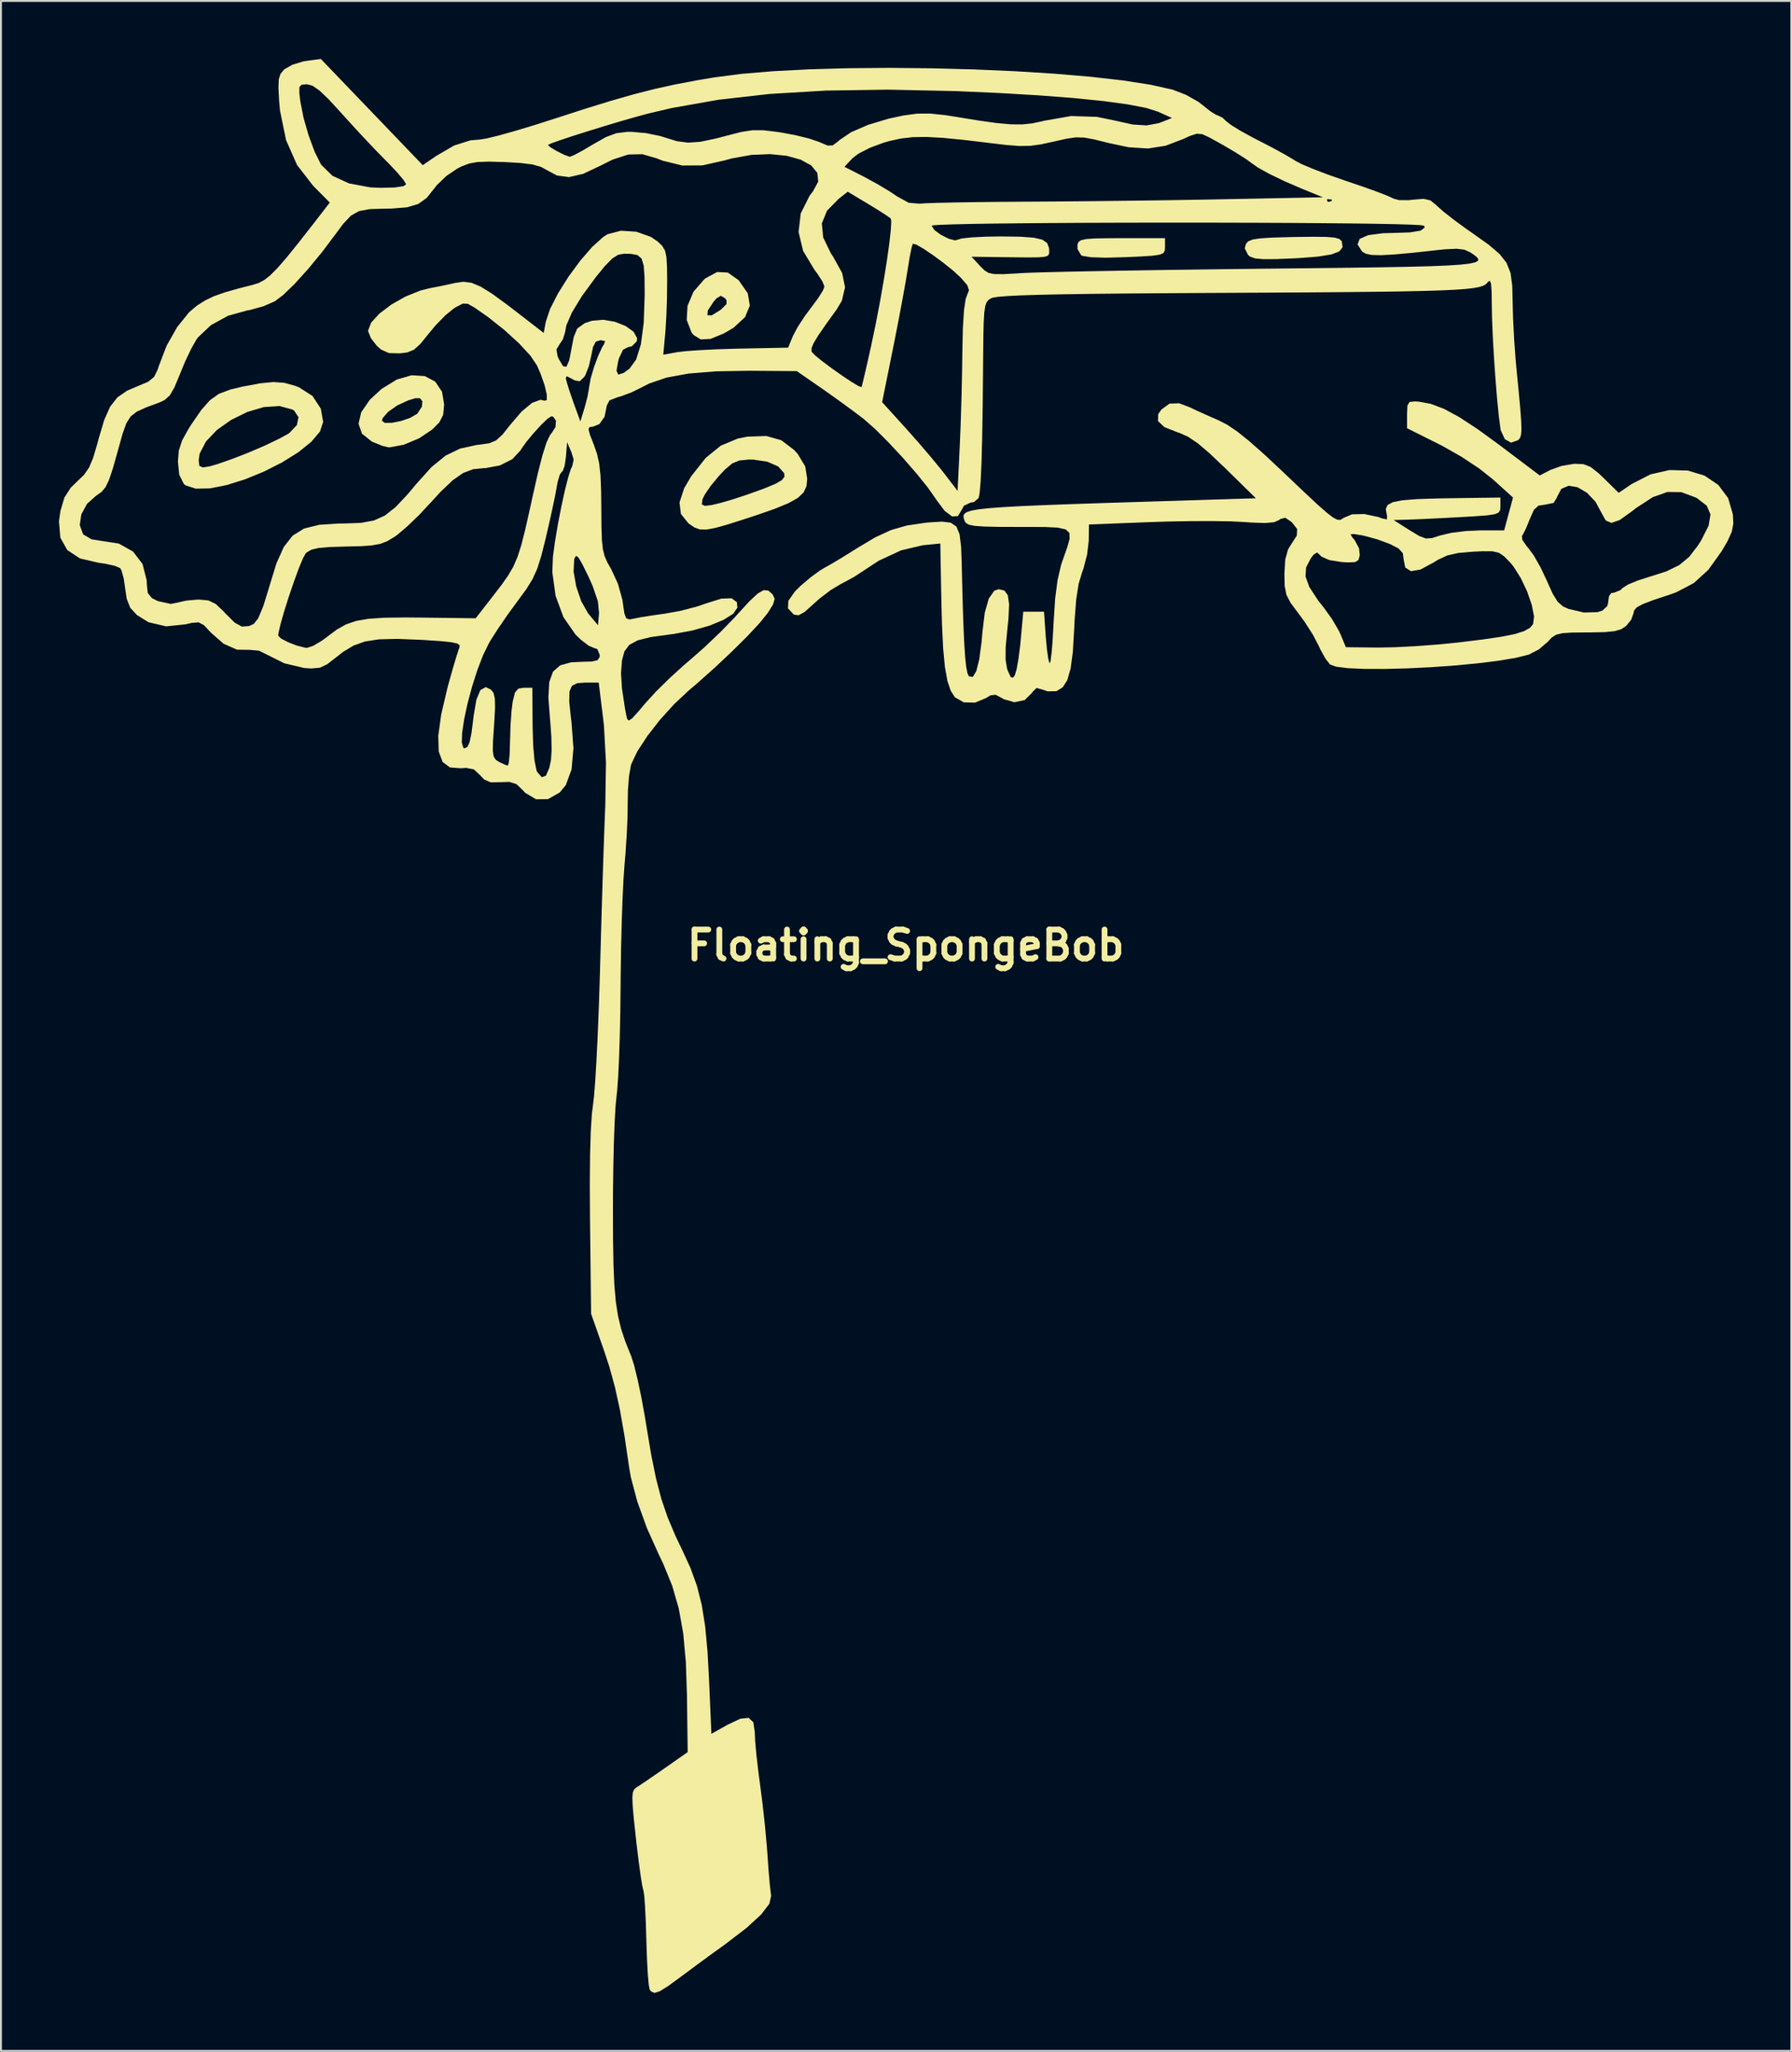
<source format=kicad_pcb>
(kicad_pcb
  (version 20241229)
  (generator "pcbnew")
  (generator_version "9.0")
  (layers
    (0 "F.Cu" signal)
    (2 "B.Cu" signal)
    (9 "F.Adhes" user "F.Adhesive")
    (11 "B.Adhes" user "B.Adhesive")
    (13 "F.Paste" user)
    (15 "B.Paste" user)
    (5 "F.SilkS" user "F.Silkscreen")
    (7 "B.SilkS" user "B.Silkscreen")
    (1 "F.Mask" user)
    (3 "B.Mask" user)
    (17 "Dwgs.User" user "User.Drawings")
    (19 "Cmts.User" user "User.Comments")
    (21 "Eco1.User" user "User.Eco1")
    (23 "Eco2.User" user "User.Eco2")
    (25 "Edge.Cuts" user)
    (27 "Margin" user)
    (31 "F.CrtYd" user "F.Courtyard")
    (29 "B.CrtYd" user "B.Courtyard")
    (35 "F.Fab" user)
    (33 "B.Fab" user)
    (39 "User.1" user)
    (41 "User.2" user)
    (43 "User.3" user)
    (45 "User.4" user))
  (footprint "Floating_SpongeBob"
    (layer "F.Cu")
    (at 43.808 45.847)
    (property "Reference" "Floating_SpongeBob" (at 0 0 0) (layer "F.SilkS") (effects (font (size 1.5 1.5) (thickness 0.3))))
    (attr board_only exclude_from_pos_files exclude_from_bom)
    (fp_poly (pts (xy 13.415 -36.132) (xy 13.405 -35.94) (xy 13.332 -35.809) (xy 13.135 -35.725) (xy 12.754 -35.67) (xy 12.128 -35.63) (xy 11.375 -35.596) (xy 10.34 -35.569) (xy 9.588 -35.592) (xy 9.149 -35.661) (xy 9.075 -35.697) (xy 8.888 -36.014) (xy 8.882 -36.234) (xy 8.935 -36.378) (xy 9.069 -36.475) (xy 9.344 -36.535) (xy 9.818 -36.566) (xy 10.553 -36.578) (xy 11.182 -36.58) (xy 13.415 -36.58)) (stroke (width 0) (type solid)) (fill yes) (layer "F.SilkS"))
    (fp_poly (pts (xy 21.755 -36.644) (xy 22.184 -36.609) (xy 22.428 -36.542) (xy 22.546 -36.436) (xy 22.565 -36.394) (xy 22.6 -36.109) (xy 22.431 -35.894) (xy 22.021 -35.738) (xy 21.335 -35.627) (xy 20.335 -35.548) (xy 20.084 -35.535) (xy 19.152 -35.496) (xy 18.511 -35.493) (xy 18.095 -35.53) (xy 17.84 -35.611) (xy 17.715 -35.705) (xy 17.539 -36.051) (xy 17.606 -36.287) (xy 17.72 -36.416) (xy 17.941 -36.507) (xy 18.327 -36.568) (xy 18.938 -36.608) (xy 19.832 -36.634) (xy 20.113 -36.64) (xy 21.084 -36.652)) (stroke (width 0) (type solid)) (fill yes) (layer "F.SilkS"))
    (fp_poly (pts (xy -9.203 -34.8) (xy -8.66 -34.417) (xy -8.632 -34.388) (xy -8.171 -33.727) (xy -8.065 -33.094) (xy -8.311 -32.497) (xy -8.907 -31.946) (xy -9.401 -31.656) (xy -10.097 -31.37) (xy -10.604 -31.342) (xy -10.98 -31.574) (xy -11.08 -31.7) (xy -11.33 -32.347) (xy -11.316 -32.593) (xy -10.259 -32.593) (xy -10.034 -32.588) (xy -9.597 -32.858) (xy -9.545 -32.9) (xy -9.271 -33.173) (xy -9.271 -33.375) (xy -9.359 -33.481) (xy -9.567 -33.601) (xy -9.792 -33.465) (xy -9.94 -33.295) (xy -10.239 -32.839) (xy -10.259 -32.593) (xy -11.316 -32.593) (xy -11.289 -33.078) (xy -10.981 -33.807) (xy -10.429 -34.446) (xy -10.354 -34.507) (xy -9.756 -34.829)) (stroke (width 0) (type solid)) (fill yes) (layer "F.SilkS"))
    (fp_poly (pts (xy -24.88 -29.446) (xy -24.339 -29.157) (xy -23.989 -28.634) (xy -23.88 -27.981) (xy -23.928 -27.448) (xy -24.127 -27.055) (xy -24.501 -26.68) (xy -25.18 -26.225) (xy -25.975 -25.894) (xy -26.714 -25.759) (xy -26.742 -25.759) (xy -27.069 -25.835) (xy -27.536 -26.023) (xy -27.636 -26.071) (xy -28.132 -26.468) (xy -28.308 -26.98) (xy -28.272 -27.137) (xy -27.099 -27.137) (xy -26.953 -27.027) (xy -26.587 -27.03) (xy -26.114 -27.122) (xy -25.646 -27.282) (xy -25.295 -27.485) (xy -25.259 -27.518) (xy -25.031 -27.865) (xy -25.005 -28.141) (xy -25.128 -28.3) (xy -25.383 -28.298) (xy -25.738 -28.19) (xy -26.301 -27.931) (xy -26.774 -27.601) (xy -27.059 -27.275) (xy -27.099 -27.137) (xy -28.272 -27.137) (xy -28.17 -27.576) (xy -27.722 -28.225) (xy -27.122 -28.78) (xy -26.324 -29.271) (xy -25.559 -29.489)) (stroke (width 0) (type solid)) (fill yes) (layer "F.SilkS"))
    (fp_poly (pts (xy -6.439 -26.128) (xy -5.777 -25.628) (xy -5.581 -25.411) (xy -5.198 -24.773) (xy -5.098 -24.132) (xy -5.136 -23.748) (xy -5.281 -23.431) (xy -5.577 -23.148) (xy -6.07 -22.872) (xy -6.805 -22.571) (xy -7.827 -22.217) (xy -8.188 -22.099) (xy -9.144 -21.793) (xy -9.829 -21.598) (xy -10.31 -21.508) (xy -10.656 -21.516) (xy -10.932 -21.618) (xy -11.208 -21.806) (xy -11.245 -21.836) (xy -11.63 -22.313) (xy -11.691 -22.808) (xy -10.549 -22.808) (xy -10.39 -22.735) (xy -10.05 -22.775) (xy -9.598 -22.881) (xy -8.946 -23.071) (xy -8.232 -23.305) (xy -8.19 -23.32) (xy -7.317 -23.635) (xy -6.738 -23.875) (xy -6.406 -24.068) (xy -6.272 -24.243) (xy -6.289 -24.426) (xy -6.289 -24.426) (xy -6.597 -24.772) (xy -7.161 -25.019) (xy -7.886 -25.128) (xy -8.127 -25.129) (xy -8.606 -25.081) (xy -8.974 -24.932) (xy -9.354 -24.611) (xy -9.669 -24.276) (xy -10.086 -23.773) (xy -10.398 -23.317) (xy -10.519 -23.065) (xy -10.549 -22.808) (xy -11.691 -22.808) (xy -11.703 -22.91) (xy -11.464 -23.643) (xy -11.093 -24.273) (xy -10.344 -25.219) (xy -9.56 -25.853) (xy -8.677 -26.219) (xy -8.182 -26.315) (xy -7.213 -26.348)) (stroke (width 0) (type solid)) (fill yes) (layer "F.SilkS"))
    (fp_poly (pts (xy -32.155 -29.099) (xy -31.616 -28.952) (xy -31.389 -28.866) (xy -30.689 -28.416) (xy -30.261 -27.761) (xy -30.14 -27.078) (xy -30.303 -26.58) (xy -30.753 -26.047) (xy -31.426 -25.506) (xy -32.262 -24.984) (xy -33.2 -24.509) (xy -34.177 -24.109) (xy -35.132 -23.809) (xy -36.005 -23.638) (xy -36.733 -23.624) (xy -37.255 -23.792) (xy -37.35 -23.871) (xy -37.584 -24.342) (xy -37.653 -25.027) (xy -37.648 -25.091) (xy -36.58 -25.091) (xy -36.544 -24.803) (xy -36.366 -24.723) (xy -35.998 -24.782) (xy -35.569 -24.907) (xy -34.926 -25.132) (xy -34.182 -25.417) (xy -33.896 -25.533) (xy -33.154 -25.854) (xy -32.485 -26.172) (xy -31.999 -26.433) (xy -31.884 -26.507) (xy -31.499 -26.91) (xy -31.415 -27.319) (xy -31.64 -27.658) (xy -31.738 -27.719) (xy -32.409 -27.899) (xy -33.208 -27.843) (xy -34.061 -27.592) (xy -34.894 -27.184) (xy -35.633 -26.662) (xy -36.203 -26.064) (xy -36.53 -25.432) (xy -36.58 -25.091) (xy -37.648 -25.091) (xy -37.607 -25.592) (xy -37.438 -26.115) (xy -37.095 -26.733) (xy -36.965 -26.937) (xy -36.446 -27.691) (xy -36 -28.197) (xy -35.534 -28.527) (xy -34.953 -28.748) (xy -34.316 -28.9) (xy -33.398 -29.072) (xy -32.713 -29.139)) (stroke (width 0) (type solid)) (fill yes) (layer "F.SilkS"))
    (fp_poly (pts (xy 26.547 -28.123) (xy 27.164 -28.011) (xy 27.845 -27.753) (xy 28.639 -27.324) (xy 29.593 -26.699) (xy 30.757 -25.851) (xy 30.769 -25.841) (xy 32.802 -24.307) (xy 33.359 -24.595) (xy 33.929 -24.799) (xy 34.567 -24.908) (xy 34.621 -24.911) (xy 35.065 -24.891) (xy 35.433 -24.747) (xy 35.848 -24.42) (xy 36.106 -24.174) (xy 36.886 -23.408) (xy 37.562 -23.867) (xy 38.527 -24.362) (xy 39.514 -24.587) (xy 40.466 -24.56) (xy 41.327 -24.298) (xy 42.04 -23.817) (xy 42.548 -23.135) (xy 42.793 -22.295) (xy 42.816 -21.815) (xy 42.737 -21.396) (xy 42.516 -20.909) (xy 42.222 -20.404) (xy 41.527 -19.43) (xy 40.771 -18.741) (xy 39.868 -18.265) (xy 39.511 -18.138) (xy 38.68 -17.863) (xy 38.136 -17.655) (xy 37.822 -17.485) (xy 37.681 -17.324) (xy 37.653 -17.178) (xy 37.528 -16.836) (xy 37.276 -16.529) (xy 37.03 -16.361) (xy 36.689 -16.257) (xy 36.171 -16.204) (xy 35.389 -16.188) (xy 35.264 -16.188) (xy 34.484 -16.182) (xy 33.974 -16.149) (xy 33.649 -16.07) (xy 33.421 -15.924) (xy 33.22 -15.708) (xy 32.758 -15.311) (xy 32.236 -15.042) (xy 31.566 -14.875) (xy 30.666 -14.724) (xy 29.597 -14.591) (xy 28.416 -14.479) (xy 27.182 -14.391) (xy 25.953 -14.33) (xy 24.789 -14.3) (xy 23.748 -14.302) (xy 22.888 -14.339) (xy 22.268 -14.416) (xy 21.953 -14.529) (xy 21.72 -14.825) (xy 21.453 -15.306) (xy 21.36 -15.509) (xy 21.065 -16.071) (xy 20.642 -16.732) (xy 20.311 -17.182) (xy 19.912 -17.717) (xy 19.695 -18.136) (xy 19.606 -18.591) (xy 19.594 -19.081) (xy 20.683 -19.081) (xy 20.879 -18.54) (xy 21.32 -17.866) (xy 21.653 -17.44) (xy 22.06 -16.871) (xy 22.406 -16.279) (xy 22.502 -16.074) (xy 22.771 -15.424) (xy 24.443 -15.406) (xy 25.297 -15.422) (xy 26.365 -15.476) (xy 27.508 -15.562) (xy 28.53 -15.663) (xy 29.819 -15.819) (xy 30.796 -15.963) (xy 31.504 -16.104) (xy 31.988 -16.254) (xy 32.292 -16.424) (xy 32.458 -16.621) (xy 32.505 -17.016) (xy 32.39 -17.61) (xy 32.149 -18.305) (xy 31.819 -19.002) (xy 31.437 -19.605) (xy 31.263 -19.813) (xy 30.953 -20.129) (xy 30.688 -20.309) (xy 30.356 -20.384) (xy 29.849 -20.387) (xy 29.369 -20.365) (xy 28.58 -20.298) (xy 28.008 -20.167) (xy 27.513 -19.934) (xy 27.294 -19.797) (xy 26.627 -19.44) (xy 26.137 -19.356) (xy 25.845 -19.544) (xy 25.767 -19.925) (xy 25.719 -20.282) (xy 25.499 -20.53) (xy 25.051 -20.761) (xy 24.397 -21.002) (xy 23.719 -21.186) (xy 23.611 -21.208) (xy 23.164 -21.281) (xy 23.015 -21.256) (xy 23.108 -21.1) (xy 23.223 -20.968) (xy 23.451 -20.543) (xy 23.491 -20.183) (xy 23.424 -19.936) (xy 23.248 -19.824) (xy 22.866 -19.809) (xy 22.544 -19.829) (xy 21.924 -19.928) (xy 21.519 -20.103) (xy 21.454 -20.168) (xy 21.284 -20.325) (xy 21.107 -20.219) (xy 20.956 -20.02) (xy 20.714 -19.552) (xy 20.683 -19.081) (xy 19.594 -19.081) (xy 19.591 -19.2) (xy 19.635 -19.96) (xy 19.779 -20.479) (xy 19.944 -20.749) (xy 20.234 -21.199) (xy 20.251 -21.534) (xy 19.993 -21.867) (xy 19.948 -21.909) (xy 19.642 -22.118) (xy 19.395 -22.06) (xy 19.319 -22.002) (xy 19.054 -21.888) (xy 18.583 -21.846) (xy 17.843 -21.873) (xy 17.521 -21.897) (xy 16.823 -21.932) (xy 15.865 -21.947) (xy 14.744 -21.944) (xy 13.556 -21.923) (xy 12.739 -21.897) (xy 9.48 -21.772) (xy 9.468 -20.935) (xy 9.384 -20.22) (xy 9.192 -19.478) (xy 9.128 -19.306) (xy 8.947 -18.708) (xy 8.819 -17.888) (xy 8.735 -16.789) (xy 8.716 -16.367) (xy 8.646 -15.188) (xy 8.531 -14.321) (xy 8.36 -13.722) (xy 8.119 -13.347) (xy 7.797 -13.152) (xy 7.79 -13.15) (xy 7.349 -13.14) (xy 7.08 -13.229) (xy 6.768 -13.317) (xy 6.556 -13.106) (xy 6.531 -13.062) (xy 6.153 -12.692) (xy 5.624 -12.577) (xy 5.063 -12.739) (xy 5.003 -12.777) (xy 4.649 -12.966) (xy 4.381 -12.935) (xy 4.159 -12.796) (xy 3.585 -12.557) (xy 3.002 -12.572) (xy 2.542 -12.837) (xy 2.542 -12.837) (xy 2.326 -13.175) (xy 2.157 -13.68) (xy 2.029 -14.394) (xy 1.937 -15.355) (xy 1.876 -16.603) (xy 1.845 -17.773) (xy 1.789 -20.788) (xy 0.872 -20.695) (xy -0.234 -20.435) (xy -1.389 -19.901) (xy -2.146 -19.404) (xy -2.686 -19.052) (xy -3.291 -18.724) (xy -3.353 -18.695) (xy -3.872 -18.385) (xy -4.461 -17.937) (xy -4.767 -17.662) (xy -5.23 -17.248) (xy -5.543 -17.076) (xy -5.775 -17.107) (xy -5.796 -17.12) (xy -6.092 -17.434) (xy -6.072 -17.824) (xy -5.728 -18.313) (xy -5.442 -18.595) (xy -4.933 -19.027) (xy -4.448 -19.384) (xy -4.22 -19.521) (xy -3.847 -19.73) (xy -3.285 -20.066) (xy -2.647 -20.464) (xy -2.543 -20.53) (xy -1.587 -21.101) (xy -0.765 -21.482) (xy 0.054 -21.718) (xy 1.001 -21.858) (xy 1.192 -21.877) (xy 1.866 -21.919) (xy 2.329 -21.865) (xy 2.622 -21.663) (xy 2.787 -21.259) (xy 2.866 -20.6) (xy 2.898 -19.694) (xy 2.938 -18.046) (xy 2.979 -16.723) (xy 3.023 -15.696) (xy 3.073 -14.933) (xy 3.129 -14.404) (xy 3.194 -14.076) (xy 3.271 -13.919) (xy 3.471 -13.886) (xy 3.651 -14.188) (xy 3.805 -14.8) (xy 3.925 -15.7) (xy 3.965 -16.176) (xy 4.091 -17.215) (xy 4.299 -17.942) (xy 4.581 -18.345) (xy 4.812 -18.424) (xy 5.107 -18.353) (xy 5.283 -18.109) (xy 5.349 -17.641) (xy 5.316 -16.902) (xy 5.258 -16.354) (xy 5.171 -15.427) (xy 5.167 -14.771) (xy 5.245 -14.309) (xy 5.276 -14.22) (xy 5.431 -13.881) (xy 5.552 -13.846) (xy 5.646 -13.979) (xy 5.738 -14.288) (xy 5.837 -14.848) (xy 5.926 -15.553) (xy 5.946 -15.768) (xy 6.082 -17.261) (xy 6.618 -17.261) (xy 7.155 -17.261) (xy 7.244 -15.979) (xy 7.303 -15.334) (xy 7.372 -14.839) (xy 7.439 -14.593) (xy 7.444 -14.587) (xy 7.493 -14.711) (xy 7.547 -15.129) (xy 7.6 -15.777) (xy 7.645 -16.591) (xy 7.649 -16.674) (xy 7.729 -17.921) (xy 7.855 -18.893) (xy 8.037 -19.674) (xy 8.121 -19.928) (xy 8.349 -20.569) (xy 8.479 -21.027) (xy 8.468 -21.333) (xy 8.277 -21.516) (xy 7.864 -21.609) (xy 7.188 -21.641) (xy 6.208 -21.644) (xy 5.833 -21.644) (xy 4.789 -21.648) (xy 4.049 -21.665) (xy 3.559 -21.701) (xy 3.263 -21.761) (xy 3.109 -21.852) (xy 3.054 -21.942) (xy 3.003 -22.087) (xy 2.986 -22.211) (xy 3.029 -22.317) (xy 3.156 -22.408) (xy 3.395 -22.487) (xy 3.77 -22.555) (xy 4.307 -22.614) (xy 5.031 -22.669) (xy 5.968 -22.721) (xy 7.144 -22.772) (xy 8.584 -22.825) (xy 10.314 -22.883) (xy 12.359 -22.948) (xy 13.887 -22.995) (xy 18.116 -23.127) (xy 16.497 -24.714) (xy 15.717 -25.454) (xy 15.11 -25.969) (xy 14.615 -26.304) (xy 14.17 -26.504) (xy 14.066 -26.537) (xy 13.383 -26.807) (xy 13.05 -27.119) (xy 13.063 -27.481) (xy 13.227 -27.715) (xy 13.647 -28.022) (xy 14.144 -28.041) (xy 14.698 -27.831) (xy 15.149 -27.618) (xy 15.765 -27.342) (xy 16.184 -27.16) (xy 16.634 -26.928) (xy 17.153 -26.578) (xy 17.782 -26.074) (xy 18.563 -25.383) (xy 19.539 -24.471) (xy 19.742 -24.277) (xy 20.622 -23.44) (xy 21.282 -22.823) (xy 21.761 -22.4) (xy 22.095 -22.141) (xy 22.323 -22.019) (xy 22.481 -22.007) (xy 22.608 -22.075) (xy 22.649 -22.11) (xy 23.086 -22.296) (xy 23.722 -22.312) (xy 24.443 -22.16) (xy 24.66 -22.081) (xy 24.899 -22.033) (xy 24.903 -22.23) (xy 24.88 -22.307) (xy 24.837 -22.579) (xy 24.931 -22.781) (xy 25.204 -22.926) (xy 25.696 -23.023) (xy 26.447 -23.083) (xy 27.499 -23.117) (xy 28.02 -23.126) (xy 30.766 -23.164) (xy 30.766 -22.717) (xy 30.754 -22.521) (xy 30.677 -22.389) (xy 30.472 -22.302) (xy 30.077 -22.243) (xy 29.431 -22.195) (xy 28.799 -22.158) (xy 27.9 -22.11) (xy 27.047 -22.067) (xy 26.355 -22.036) (xy 26.036 -22.024) (xy 25.241 -22.001) (xy 26.076 -21.471) (xy 26.571 -21.173) (xy 26.909 -21.046) (xy 27.234 -21.069) (xy 27.57 -21.176) (xy 31.879 -21.176) (xy 31.901 -20.975) (xy 32.126 -20.648) (xy 32.198 -20.569) (xy 32.495 -20.165) (xy 32.842 -19.555) (xy 33.165 -18.871) (xy 33.17 -18.858) (xy 33.472 -18.189) (xy 33.728 -17.775) (xy 34.004 -17.533) (xy 34.285 -17.406) (xy 35.089 -17.217) (xy 35.794 -17.239) (xy 36.043 -17.319) (xy 36.29 -17.546) (xy 36.329 -17.664) (xy 36.385 -18.068) (xy 36.502 -18.225) (xy 36.647 -18.245) (xy 36.967 -18.371) (xy 37.097 -18.491) (xy 37.369 -18.665) (xy 37.872 -18.873) (xy 38.416 -19.047) (xy 39.346 -19.343) (xy 40.02 -19.671) (xy 40.536 -20.099) (xy 40.993 -20.697) (xy 41.156 -20.955) (xy 41.538 -21.71) (xy 41.635 -22.291) (xy 41.439 -22.746) (xy 40.944 -23.126) (xy 40.855 -23.173) (xy 40.119 -23.444) (xy 39.405 -23.453) (xy 38.65 -23.185) (xy 37.793 -22.628) (xy 37.533 -22.425) (xy 36.934 -21.999) (xy 36.509 -21.852) (xy 36.214 -21.981) (xy 36.027 -22.314) (xy 35.687 -22.946) (xy 35.241 -23.415) (xy 34.755 -23.699) (xy 34.293 -23.773) (xy 33.919 -23.615) (xy 33.698 -23.2) (xy 33.69 -23.164) (xy 33.518 -22.887) (xy 33.097 -22.8) (xy 33.091 -22.8) (xy 32.735 -22.746) (xy 32.503 -22.535) (xy 32.294 -22.072) (xy 32.286 -22.051) (xy 32.09 -21.568) (xy 31.922 -21.235) (xy 31.879 -21.176) (xy 27.57 -21.176) (xy 27.654 -21.203) (xy 28.225 -21.339) (xy 28.981 -21.433) (xy 29.678 -21.465) (xy 30.96 -21.465) (xy 31.189 -22.314) (xy 31.418 -23.164) (xy 30.377 -24.106) (xy 29.66 -24.673) (xy 28.748 -25.276) (xy 27.781 -25.825) (xy 27.636 -25.899) (xy 25.937 -26.749) (xy 25.937 -27.461) (xy 25.954 -27.916) (xy 26.065 -28.109) (xy 26.358 -28.137)) (stroke (width 0) (type solid)) (fill yes) (layer "F.SilkS"))
    (fp_poly (pts (xy -27.622 -43.1) (xy -24.986 -40.354) (xy -24.298 -40.827) (xy -23.363 -41.372) (xy -23.279 -41.398) (xy -18.513 -41.398) (xy -18.373 -41.273) (xy -18.047 -41.08) (xy -17.677 -40.895) (xy -17.404 -40.794) (xy -17.378 -40.79) (xy -17.159 -40.875) (xy -16.731 -41.103) (xy -16.185 -41.426) (xy -16.17 -41.435) (xy -15.508 -41.809) (xy -14.973 -42.007) (xy -14.418 -42.076) (xy -14.175 -42.078) (xy -13.441 -42.013) (xy -12.698 -41.861) (xy -12.454 -41.784) (xy -11.834 -41.594) (xy -11.26 -41.52) (xy -10.625 -41.564) (xy -9.821 -41.732) (xy -9.259 -41.88) (xy -8.505 -42.072) (xy -7.929 -42.162) (xy -7.369 -42.161) (xy -6.662 -42.076) (xy -6.465 -42.047) (xy -5.701 -41.905) (xy -4.996 -41.731) (xy -4.491 -41.56) (xy -4.454 -41.543) (xy -4.039 -41.369) (xy -3.775 -41.378) (xy -3.495 -41.588) (xy -3.425 -41.653) (xy -2.824 -42.06) (xy -1.948 -42.44) (xy -0.879 -42.761) (xy -0.121 -42.924) (xy 0.58 -43.019) (xy 1.258 -43.025) (xy 2.059 -42.94) (xy 2.554 -42.862) (xy 3.772 -42.663) (xy 4.71 -42.532) (xy 5.437 -42.466) (xy 6.023 -42.462) (xy 6.536 -42.515) (xy 7.049 -42.623) (xy 7.148 -42.649) (xy 8.555 -42.896) (xy 9.891 -42.853) (xy 10.822 -42.661) (xy 11.746 -42.456) (xy 12.46 -42.411) (xy 13.069 -42.522) (xy 13.27 -42.594) (xy 13.773 -42.796) (xy 13.044 -43.124) (xy 12.437 -43.315) (xy 11.496 -43.497) (xy 10.246 -43.667) (xy 8.711 -43.824) (xy 6.915 -43.963) (xy 4.883 -44.084) (xy 2.638 -44.183) (xy 2.594 -44.185) (xy -0.919 -44.26) (xy -4.122 -44.212) (xy -7.038 -44.038) (xy -9.695 -43.737) (xy -12.117 -43.307) (xy -13.326 -43.023) (xy -13.984 -42.845) (xy -14.776 -42.618) (xy -15.633 -42.361) (xy -16.487 -42.098) (xy -17.27 -41.848) (xy -17.914 -41.634) (xy -18.352 -41.477) (xy -18.513 -41.398) (xy -18.513 -41.398) (xy -23.279 -41.398) (xy -22.518 -41.639) (xy -22.034 -41.679) (xy -21.688 -41.734) (xy -21.067 -41.886) (xy -20.236 -42.118) (xy -19.26 -42.411) (xy -18.211 -42.745) (xy -16.594 -43.268) (xy -15.236 -43.687) (xy -14.058 -44.023) (xy -12.983 -44.297) (xy -11.935 -44.528) (xy -10.834 -44.737) (xy -9.922 -44.891) (xy -8.518 -45.075) (xy -6.857 -45.215) (xy -4.99 -45.312) (xy -2.968 -45.369) (xy -0.842 -45.386) (xy 1.337 -45.365) (xy 3.518 -45.307) (xy 5.65 -45.214) (xy 7.681 -45.087) (xy 9.562 -44.927) (xy 11.241 -44.736) (xy 12.666 -44.515) (xy 13.788 -44.265) (xy 13.817 -44.257) (xy 14.492 -43.996) (xy 15.13 -43.637) (xy 15.361 -43.461) (xy 15.765 -43.139) (xy 16.072 -42.95) (xy 16.145 -42.93) (xy 16.394 -42.806) (xy 16.559 -42.646) (xy 16.819 -42.441) (xy 17.314 -42.135) (xy 17.954 -41.784) (xy 18.235 -41.64) (xy 18.944 -41.274) (xy 19.582 -40.926) (xy 20.041 -40.655) (xy 20.14 -40.59) (xy 20.484 -40.409) (xy 21.087 -40.155) (xy 21.867 -39.858) (xy 22.741 -39.553) (xy 22.819 -39.527) (xy 23.666 -39.238) (xy 24.395 -38.976) (xy 24.937 -38.766) (xy 25.22 -38.635) (xy 25.236 -38.624) (xy 25.523 -38.547) (xy 26.014 -38.545) (xy 26.256 -38.57) (xy 26.798 -38.614) (xy 27.146 -38.532) (xy 27.453 -38.284) (xy 27.489 -38.246) (xy 27.823 -37.95) (xy 28.36 -37.529) (xy 29.008 -37.056) (xy 29.298 -36.854) (xy 30.136 -36.259) (xy 30.716 -35.769) (xy 31.084 -35.303) (xy 31.289 -34.784) (xy 31.378 -34.129) (xy 31.398 -33.332) (xy 31.421 -32.419) (xy 31.477 -31.334) (xy 31.556 -30.262) (xy 31.592 -29.872) (xy 31.711 -28.666) (xy 31.793 -27.767) (xy 31.841 -27.125) (xy 31.855 -26.692) (xy 31.836 -26.418) (xy 31.785 -26.255) (xy 31.704 -26.153) (xy 31.676 -26.129) (xy 31.315 -26.003) (xy 30.995 -26.186) (xy 30.787 -26.631) (xy 30.771 -26.714) (xy 30.686 -27.358) (xy 30.596 -28.261) (xy 30.509 -29.326) (xy 30.431 -30.454) (xy 30.369 -31.549) (xy 30.331 -32.512) (xy 30.321 -33.081) (xy 30.312 -33.806) (xy 30.282 -34.222) (xy 30.221 -34.377) (xy 30.121 -34.318) (xy 30.094 -34.283) (xy 30.011 -34.196) (xy 29.881 -34.121) (xy 29.681 -34.056) (xy 29.385 -34) (xy 28.972 -33.952) (xy 28.417 -33.912) (xy 27.695 -33.878) (xy 26.784 -33.85) (xy 25.66 -33.826) (xy 24.298 -33.806) (xy 22.675 -33.79) (xy 20.767 -33.775) (xy 18.551 -33.761) (xy 16.002 -33.748) (xy 15.83 -33.747) (xy 13.397 -33.733) (xy 11.302 -33.717) (xy 9.526 -33.698) (xy 8.05 -33.675) (xy 6.854 -33.649) (xy 5.919 -33.619) (xy 5.226 -33.583) (xy 4.754 -33.543) (xy 4.486 -33.497) (xy 4.427 -33.475) (xy 4.288 -33.389) (xy 4.185 -33.267) (xy 4.112 -33.06) (xy 4.063 -32.719) (xy 4.033 -32.191) (xy 4.016 -31.429) (xy 4.005 -30.38) (xy 4.001 -29.821) (xy 3.982 -27.835) (xy 3.954 -26.203) (xy 3.919 -24.919) (xy 3.874 -23.979) (xy 3.821 -23.379) (xy 3.772 -23.141) (xy 3.536 -22.935) (xy 3.336 -22.896) (xy 3.014 -22.743) (xy 2.9 -22.538) (xy 2.704 -22.206) (xy 2.399 -22.188) (xy 2.016 -22.472) (xy 1.587 -23.045) (xy 1.563 -23.084) (xy 1.149 -23.675) (xy 0.549 -24.42) (xy -0.161 -25.234) (xy -0.903 -26.03) (xy -1.598 -26.723) (xy -2.171 -27.227) (xy -2.18 -27.234) (xy -2.752 -27.666) (xy -3.344 -28.098) (xy -1.22 -28.098) (xy 0.016 -26.735) (xy 0.64 -26.032) (xy 1.264 -25.304) (xy 1.789 -24.667) (xy 1.968 -24.441) (xy 2.683 -23.51) (xy 2.796 -25.841) (xy 2.843 -26.974) (xy 2.884 -28.293) (xy 2.915 -29.629) (xy 2.93 -30.724) (xy 2.957 -31.947) (xy 3.015 -32.856) (xy 3.101 -33.436) (xy 3.17 -33.625) (xy 3.274 -33.887) (xy 3.183 -34.149) (xy 2.864 -34.52) (xy 2.479 -34.878) (xy 1.977 -35.284) (xy 1.437 -35.684) (xy 0.937 -36.022) (xy 0.554 -36.243) (xy 0.368 -36.292) (xy 0.367 -36.291) (xy 0.303 -36.087) (xy 0.21 -35.626) (xy 0.108 -35.005) (xy 0.102 -34.965) (xy -0.001 -34.34) (xy -0.159 -33.464) (xy -0.352 -32.436) (xy -0.563 -31.353) (xy -0.652 -30.908) (xy -1.22 -28.098) (xy -3.344 -28.098) (xy -3.478 -28.196) (xy -4.217 -28.721) (xy -4.337 -28.804) (xy -5.634 -29.703) (xy -8.094 -29.721) (xy -9.823 -29.692) (xy -11.238 -29.576) (xy -12.376 -29.368) (xy -13.271 -29.062) (xy -13.594 -28.897) (xy -14.178 -28.608) (xy -14.753 -28.394) (xy -14.891 -28.359) (xy -15.327 -28.19) (xy -15.472 -27.91) (xy -15.473 -27.878) (xy -15.58 -27.346) (xy -15.853 -26.96) (xy -16.177 -26.831) (xy -16.358 -26.811) (xy -16.412 -26.696) (xy -16.335 -26.408) (xy -16.134 -25.892) (xy -15.97 -25.422) (xy -15.859 -24.926) (xy -15.792 -24.317) (xy -15.759 -23.509) (xy -15.749 -22.627) (xy -15.742 -21.664) (xy -15.719 -20.98) (xy -15.668 -20.493) (xy -15.576 -20.126) (xy -15.43 -19.797) (xy -15.243 -19.471) (xy -14.892 -18.714) (xy -14.662 -17.893) (xy -14.635 -17.714) (xy -14.558 -17.177) (xy -14.461 -16.918) (xy -14.29 -16.86) (xy -14.093 -16.897) (xy -13.692 -16.976) (xy -13.077 -17.074) (xy -12.464 -17.159) (xy -11.652 -17.306) (xy -10.811 -17.524) (xy -10.309 -17.695) (xy -9.539 -17.936) (xy -9.009 -17.955) (xy -8.737 -17.755) (xy -8.71 -17.47) (xy -8.919 -17.159) (xy -9.419 -16.842) (xy -10.143 -16.543) (xy -11.024 -16.291) (xy -11.997 -16.11) (xy -12.227 -16.081) (xy -13.199 -15.947) (xy -13.871 -15.778) (xy -14.302 -15.544) (xy -14.552 -15.212) (xy -14.678 -14.749) (xy -14.681 -14.73) (xy -14.729 -14.076) (xy -14.681 -13.294) (xy -14.53 -12.291) (xy -14.465 -11.941) (xy -14.409 -11.706) (xy -14.321 -11.631) (xy -14.15 -11.748) (xy -13.843 -12.086) (xy -13.484 -12.512) (xy -12.929 -13.12) (xy -12.214 -13.825) (xy -11.466 -14.504) (xy -11.207 -14.724) (xy -10.43 -15.405) (xy -9.598 -16.197) (xy -8.857 -16.957) (xy -8.683 -17.149) (xy -8.084 -17.802) (xy -7.655 -18.202) (xy -7.347 -18.376) (xy -7.109 -18.353) (xy -6.891 -18.161) (xy -6.885 -18.154) (xy -6.782 -17.931) (xy -6.86 -17.641) (xy -7.142 -17.19) (xy -7.554 -16.68) (xy -8.185 -16.002) (xy -8.977 -15.215) (xy -9.87 -14.375) (xy -10.807 -13.541) (xy -11.234 -13.177) (xy -11.981 -12.479) (xy -12.712 -11.671) (xy -13.366 -10.833) (xy -13.88 -10.047) (xy -14.192 -9.393) (xy -14.223 -9.291) (xy -14.315 -8.753) (xy -14.372 -8.029) (xy -14.383 -7.395) (xy -14.391 -6.679) (xy -14.432 -5.752) (xy -14.498 -4.759) (xy -14.546 -4.204) (xy -14.6 -3.443) (xy -14.65 -2.408) (xy -14.693 -1.178) (xy -14.726 0.163) (xy -14.747 1.533) (xy -14.752 2.146) (xy -14.766 3.446) (xy -14.793 4.702) (xy -14.831 5.844) (xy -14.877 6.805) (xy -14.929 7.516) (xy -14.96 7.781) (xy -15.012 8.312) (xy -15.059 9.135) (xy -15.098 10.182) (xy -15.127 11.388) (xy -15.144 12.686) (xy -15.148 13.594) (xy -15.142 15.202) (xy -15.12 16.507) (xy -15.074 17.566) (xy -14.997 18.436) (xy -14.883 19.171) (xy -14.725 19.829) (xy -14.515 20.464) (xy -14.248 21.132) (xy -14.213 21.214) (xy -14.059 21.688) (xy -13.875 22.43) (xy -13.681 23.354) (xy -13.495 24.373) (xy -13.418 24.845) (xy -13.167 26.347) (xy -12.916 27.579) (xy -12.641 28.63) (xy -12.315 29.585) (xy -11.915 30.532) (xy -11.574 31.243) (xy -11.134 32.201) (xy -10.799 33.131) (xy -10.552 34.111) (xy -10.375 35.221) (xy -10.253 36.542) (xy -10.18 37.872) (xy -10.054 40.774) (xy -9.213 40.302) (xy -8.558 39.994) (xy -8.124 39.949) (xy -7.884 40.176) (xy -7.809 40.685) (xy -7.809 40.729) (xy -7.786 41.189) (xy -7.721 41.895) (xy -7.623 42.74) (xy -7.538 43.377) (xy -7.405 44.418) (xy -7.28 45.558) (xy -7.184 46.615) (xy -7.152 47.044) (xy -7.096 47.833) (xy -7.036 48.525) (xy -6.982 49.015) (xy -6.961 49.149) (xy -7.054 49.562) (xy -7.474 50.113) (xy -8.222 50.801) (xy -9.299 51.628) (xy -9.427 51.72) (xy -10.159 52.248) (xy -10.983 52.854) (xy -11.648 53.349) (xy -12.294 53.821) (xy -12.723 54.088) (xy -12.995 54.175) (xy -13.169 54.105) (xy -13.246 54.005) (xy -13.294 53.762) (xy -13.342 53.234) (xy -13.383 52.494) (xy -13.415 51.615) (xy -13.419 51.42) (xy -13.447 50.524) (xy -13.483 49.755) (xy -13.524 49.185) (xy -13.566 48.886) (xy -13.575 48.864) (xy -13.63 48.635) (xy -13.713 48.12) (xy -13.813 47.387) (xy -13.921 46.508) (xy -13.954 46.217) (xy -14.061 45.227) (xy -14.124 44.533) (xy -14.143 44.077) (xy -14.117 43.799) (xy -14.046 43.643) (xy -13.941 43.556) (xy -13.661 43.371) (xy -13.182 43.045) (xy -12.596 42.64) (xy -12.466 42.549) (xy -11.281 41.72) (xy -11.317 38.82) (xy -11.375 37.067) (xy -11.51 35.587) (xy -11.74 34.299) (xy -12.079 33.123) (xy -12.545 31.979) (xy -12.76 31.532) (xy -13.388 30.139) (xy -13.888 28.758) (xy -14.222 27.499) (xy -14.307 27.01) (xy -14.549 25.366) (xy -14.79 23.998) (xy -15.048 22.826) (xy -15.339 21.768) (xy -15.616 20.928) (xy -16.277 19.05) (xy -16.333 14.245) (xy -16.344 12.406) (xy -16.331 10.857) (xy -16.295 9.617) (xy -16.236 8.703) (xy -16.179 8.252) (xy -16.123 7.78) (xy -16.063 7.004) (xy -16.001 5.979) (xy -15.941 4.759) (xy -15.885 3.398) (xy -15.836 1.951) (xy -15.816 1.252) (xy -15.773 -0.311) (xy -15.727 -1.895) (xy -15.679 -3.43) (xy -15.633 -4.843) (xy -15.59 -6.063) (xy -15.553 -7.016) (xy -15.544 -7.225) (xy -15.508 -9.457) (xy -15.612 -11.361) (xy -15.655 -11.742) (xy -15.883 -13.594) (xy -16.578 -13.594) (xy -17 -13.563) (xy -17.265 -13.431) (xy -17.395 -13.14) (xy -17.41 -12.63) (xy -17.33 -11.845) (xy -17.293 -11.567) (xy -17.191 -10.195) (xy -17.289 -9.101) (xy -17.586 -8.293) (xy -17.896 -7.915) (xy -18.509 -7.566) (xy -19.124 -7.559) (xy -19.683 -7.89) (xy -19.797 -8.013) (xy -20.136 -8.341) (xy -20.503 -8.459) (xy -20.95 -8.444) (xy -21.473 -8.437) (xy -21.808 -8.58) (xy -22.022 -8.807) (xy -22.341 -9.103) (xy -22.743 -9.184) (xy -23.016 -9.163) (xy -23.578 -9.205) (xy -23.96 -9.49) (xy -24.161 -10.033) (xy -24.174 -10.492) (xy -22.968 -10.492) (xy -22.887 -10.221) (xy -22.825 -10.196) (xy -22.677 -10.265) (xy -22.562 -10.511) (xy -22.464 -10.992) (xy -22.366 -11.767) (xy -22.356 -11.859) (xy -22.213 -12.71) (xy -22.003 -13.21) (xy -21.725 -13.36) (xy -21.456 -13.229) (xy -21.326 -13.061) (xy -21.258 -12.777) (xy -21.246 -12.303) (xy -21.285 -11.565) (xy -21.3 -11.348) (xy -21.352 -10.568) (xy -21.362 -10.068) (xy -21.319 -9.773) (xy -21.213 -9.605) (xy -21.053 -9.499) (xy -20.724 -9.344) (xy -20.582 -9.301) (xy -20.532 -9.465) (xy -20.492 -9.898) (xy -20.472 -10.511) (xy -20.471 -10.598) (xy -20.447 -11.368) (xy -20.396 -12.103) (xy -20.333 -12.611) (xy -20.217 -13.077) (xy -20.039 -13.283) (xy -19.762 -13.326) (xy -19.318 -13.326) (xy -19.304 -11.358) (xy -19.274 -10.348) (xy -19.205 -9.563) (xy -19.102 -9.059) (xy -19.064 -8.969) (xy -18.83 -8.701) (xy -18.617 -8.777) (xy -18.438 -9.185) (xy -18.352 -9.591) (xy -18.32 -10.092) (xy -18.334 -10.806) (xy -18.391 -11.592) (xy -18.404 -11.721) (xy -18.487 -12.82) (xy -18.442 -13.62) (xy -18.246 -14.163) (xy -17.876 -14.489) (xy -17.31 -14.642) (xy -16.801 -14.668) (xy -16.237 -14.684) (xy -15.945 -14.752) (xy -15.84 -14.905) (xy -15.83 -15.025) (xy -15.953 -15.325) (xy -16.126 -15.383) (xy -16.41 -15.506) (xy -16.816 -15.819) (xy -17.08 -16.074) (xy -17.705 -16.972) (xy -18.115 -18.08) (xy -18.283 -19.306) (xy -18.282 -19.335) (xy -17.183 -19.335) (xy -17.048 -18.569) (xy -16.788 -17.804) (xy -16.442 -17.189) (xy -16.396 -17.13) (xy -15.92 -16.562) (xy -15.866 -17.192) (xy -15.926 -17.797) (xy -16.203 -18.607) (xy -16.428 -19.106) (xy -16.736 -19.73) (xy -16.934 -20.065) (xy -17.054 -20.152) (xy -17.132 -20.03) (xy -17.153 -19.955) (xy -17.183 -19.335) (xy -18.282 -19.335) (xy -18.251 -20.114) (xy -18.144 -20.896) (xy -17.996 -21.773) (xy -17.823 -22.666) (xy -17.643 -23.494) (xy -17.471 -24.179) (xy -17.326 -24.64) (xy -17.256 -24.781) (xy -17.179 -25.127) (xy -17.297 -25.512) (xy -17.519 -26.026) (xy -17.579 -25.266) (xy -17.647 -24.801) (xy -17.745 -24.532) (xy -17.785 -24.506) (xy -17.899 -24.347) (xy -18.013 -23.948) (xy -18.05 -23.745) (xy -18.141 -23.251) (xy -18.294 -22.521) (xy -18.484 -21.667) (xy -18.626 -21.055) (xy -18.852 -20.155) (xy -19.06 -19.494) (xy -19.3 -18.958) (xy -19.624 -18.434) (xy -20.063 -17.835) (xy -20.585 -17.12) (xy -21.092 -16.382) (xy -21.492 -15.755) (xy -21.561 -15.638) (xy -21.867 -15.01) (xy -22.164 -14.238) (xy -22.435 -13.386) (xy -22.667 -12.521) (xy -22.843 -11.707) (xy -22.948 -11.009) (xy -22.968 -10.492) (xy -24.174 -10.492) (xy -24.184 -10.847) (xy -24.032 -11.945) (xy -23.705 -13.341) (xy -23.632 -13.611) (xy -23.429 -14.328) (xy -23.248 -14.934) (xy -23.12 -15.33) (xy -23.092 -15.4) (xy -23.079 -15.524) (xy -23.2 -15.614) (xy -23.508 -15.682) (xy -24.056 -15.739) (xy -24.896 -15.795) (xy -25.129 -15.808) (xy -26.331 -15.855) (xy -27.256 -15.831) (xy -27.978 -15.72) (xy -28.574 -15.506) (xy -29.119 -15.175) (xy -29.451 -14.914) (xy -29.933 -14.541) (xy -30.315 -14.363) (xy -30.755 -14.325) (xy -31.119 -14.348) (xy -32.149 -14.592) (xy -32.78 -14.907) (xy -33.458 -15.244) (xy -33.949 -15.287) (xy -34.6 -15.297) (xy -35.293 -15.606) (xy -35.764 -16.019) (xy -32.465 -16.019) (xy -32.315 -15.87) (xy -31.948 -15.681) (xy -31.495 -15.506) (xy -31.085 -15.401) (xy -30.975 -15.39) (xy -30.656 -15.494) (xy -30.198 -15.766) (xy -29.902 -15.986) (xy -29.425 -16.342) (xy -28.959 -16.603) (xy -28.438 -16.782) (xy -27.797 -16.893) (xy -26.97 -16.949) (xy -25.891 -16.963) (xy -25.076 -16.956) (xy -22.249 -16.92) (xy -21.35 -18.075) (xy -20.905 -18.654) (xy -20.564 -19.139) (xy -20.298 -19.598) (xy -20.082 -20.099) (xy -19.887 -20.711) (xy -19.686 -21.502) (xy -19.452 -22.54) (xy -19.314 -23.173) (xy -19.03 -24.43) (xy -18.79 -25.365) (xy -18.586 -26.008) (xy -18.407 -26.39) (xy -18.316 -26.502) (xy -18.118 -26.811) (xy -18.095 -27.142) (xy -18.244 -27.35) (xy -18.333 -27.368) (xy -18.531 -27.24) (xy -18.867 -26.917) (xy -19.26 -26.487) (xy -19.631 -26.039) (xy -19.899 -25.66) (xy -19.935 -25.597) (xy -20.352 -25.149) (xy -20.995 -24.826) (xy -21.739 -24.686) (xy -21.823 -24.685) (xy -22.381 -24.629) (xy -22.897 -24.435) (xy -23.437 -24.059) (xy -24.066 -23.459) (xy -24.582 -22.897) (xy -25.173 -22.267) (xy -25.774 -21.687) (xy -26.285 -21.25) (xy -26.443 -21.136) (xy -26.814 -20.913) (xy -27.177 -20.77) (xy -27.63 -20.688) (xy -28.268 -20.647) (xy -28.943 -20.631) (xy -29.802 -20.606) (xy -30.379 -20.556) (xy -30.749 -20.467) (xy -30.987 -20.327) (xy -31.045 -20.273) (xy -31.189 -20.012) (xy -31.402 -19.495) (xy -31.653 -18.81) (xy -31.913 -18.046) (xy -32.152 -17.291) (xy -32.341 -16.633) (xy -32.45 -16.16) (xy -32.465 -16.019) (xy -35.764 -16.019) (xy -35.945 -16.177) (xy -35.954 -16.187) (xy -36.302 -16.56) (xy -36.578 -16.709) (xy -36.936 -16.684) (xy -37.246 -16.609) (xy -38.261 -16.503) (xy -39.175 -16.716) (xy -39.771 -17.086) (xy -40.118 -17.46) (xy -40.303 -17.927) (xy -40.377 -18.431) (xy -40.459 -18.987) (xy -40.572 -19.397) (xy -40.637 -19.512) (xy -40.902 -19.628) (xy -41.395 -19.739) (xy -41.781 -19.794) (xy -42.724 -20.017) (xy -43.375 -20.446) (xy -43.735 -21.084) (xy -43.791 -21.74) (xy -42.732 -21.74) (xy -42.564 -21.279) (xy -42.54 -21.25) (xy -42.125 -21.006) (xy -41.644 -20.928) (xy -40.707 -20.783) (xy -39.975 -20.371) (xy -39.483 -19.726) (xy -39.269 -18.882) (xy -39.263 -18.693) (xy -39.214 -18.23) (xy -39 -17.964) (xy -38.689 -17.808) (xy -38.02 -17.663) (xy -37.694 -17.727) (xy -37.233 -17.833) (xy -36.65 -17.886) (xy -36.555 -17.887) (xy -36.079 -17.844) (xy -35.704 -17.665) (xy -35.292 -17.278) (xy -35.196 -17.172) (xy -34.72 -16.697) (xy -34.344 -16.49) (xy -33.978 -16.517) (xy -33.729 -16.629) (xy -33.5 -16.918) (xy -33.233 -17.557) (xy -32.93 -18.54) (xy -32.913 -18.602) (xy -32.555 -19.762) (xy -32.175 -20.611) (xy -31.716 -21.196) (xy -31.126 -21.562) (xy -30.347 -21.755) (xy -29.326 -21.821) (xy -29.049 -21.823) (xy -28.195 -21.853) (xy -27.522 -21.975) (xy -26.946 -22.234) (xy -26.387 -22.674) (xy -25.761 -23.341) (xy -25.318 -23.87) (xy -24.534 -24.741) (xy -23.807 -25.333) (xy -23.055 -25.697) (xy -22.195 -25.884) (xy -22.034 -25.901) (xy -21.541 -25.973) (xy -21.189 -26.121) (xy -20.862 -26.42) (xy -20.471 -26.913) (xy -19.868 -27.617) (xy -19.33 -28.062) (xy -18.892 -28.222) (xy -18.69 -28.171) (xy -18.569 -28.207) (xy -18.572 -28.5) (xy -18.684 -28.978) (xy -18.809 -29.335) (xy -17.587 -29.335) (xy -17.535 -29.123) (xy -17.404 -28.702) (xy -17.208 -28.131) (xy -17.126 -27.904) (xy -16.832 -27.099) (xy -16.613 -27.815) (xy -16.469 -28.359) (xy -16.385 -28.812) (xy -16.378 -28.888) (xy -16.299 -29.325) (xy -16.125 -29.913) (xy -15.906 -30.506) (xy -15.694 -30.96) (xy -15.615 -31.078) (xy -15.55 -31.255) (xy -15.788 -31.303) (xy -16.031 -31.229) (xy -16.179 -30.949) (xy -16.264 -30.522) (xy -16.394 -29.955) (xy -16.575 -29.496) (xy -16.632 -29.404) (xy -16.866 -29.178) (xy -17.132 -29.225) (xy -17.266 -29.302) (xy -17.539 -29.443) (xy -17.587 -29.335) (xy -18.809 -29.335) (xy -18.891 -29.568) (xy -19.076 -29.994) (xy -19.422 -30.508) (xy -19.713 -30.822) (xy -18.07 -30.822) (xy -18.011 -30.475) (xy -17.955 -30.342) (xy -17.73 -29.959) (xy -17.554 -29.928) (xy -17.414 -30.25) (xy -17.37 -30.453) (xy -17.264 -31.011) (xy -17.175 -31.469) (xy -16.994 -31.907) (xy -16.6 -32.186) (xy -16.232 -32.308) (xy -15.653 -32.359) (xy -15.044 -32.255) (xy -14.491 -32.036) (xy -14.08 -31.74) (xy -13.896 -31.408) (xy -13.917 -31.241) (xy -14.171 -30.988) (xy -14.357 -30.945) (xy -14.627 -30.808) (xy -14.835 -30.367) (xy -14.874 -30.23) (xy -14.964 -29.722) (xy -14.87 -29.52) (xy -14.582 -29.616) (xy -14.289 -29.831) (xy -13.945 -30.305) (xy -13.701 -31.091) (xy -13.555 -32.199) (xy -13.505 -33.641) (xy -13.505 -33.688) (xy -13.513 -34.578) (xy -13.557 -35.17) (xy -13.668 -35.526) (xy -13.878 -35.705) (xy -14.217 -35.767) (xy -14.576 -35.775) (xy -14.876 -35.721) (xy -15.185 -35.525) (xy -15.569 -35.133) (xy -16.03 -34.568) (xy -16.752 -33.584) (xy -17.27 -32.735) (xy -17.561 -32.061) (xy -17.619 -31.728) (xy -17.734 -31.352) (xy -17.894 -31.117) (xy -18.07 -30.822) (xy -19.713 -30.822) (xy -20.007 -31.14) (xy -20.762 -31.828) (xy -21.617 -32.507) (xy -22.312 -32.99) (xy -22.651 -33.185) (xy -22.91 -33.198) (xy -23.255 -33.021) (xy -23.385 -32.94) (xy -23.808 -32.597) (xy -24.31 -32.084) (xy -24.693 -31.624) (xy -25.115 -31.103) (xy -25.445 -30.809) (xy -25.787 -30.67) (xy -26.167 -30.622) (xy -26.733 -30.635) (xy -27.139 -30.816) (xy -27.366 -31.016) (xy -27.671 -31.41) (xy -27.813 -31.77) (xy -27.815 -31.798) (xy -27.656 -32.211) (xy -27.231 -32.676) (xy -26.615 -33.143) (xy -25.883 -33.558) (xy -25.11 -33.869) (xy -24.648 -33.986) (xy -24.022 -34.109) (xy -23.461 -34.229) (xy -23.302 -34.266) (xy -22.879 -34.325) (xy -22.461 -34.27) (xy -21.984 -34.07) (xy -21.385 -33.697) (xy -20.599 -33.122) (xy -20.34 -32.923) (xy -18.729 -31.678) (xy -18.621 -32.254) (xy -18.399 -32.921) (xy -17.986 -33.728) (xy -17.444 -34.59) (xy -16.833 -35.421) (xy -16.214 -36.134) (xy -15.648 -36.643) (xy -15.428 -36.782) (xy -14.733 -36.964) (xy -13.936 -36.912) (xy -13.184 -36.645) (xy -12.834 -36.407) (xy -12.6 -36.183) (xy -12.456 -35.944) (xy -12.38 -35.599) (xy -12.349 -35.06) (xy -12.342 -34.406) (xy -12.351 -33.507) (xy -12.383 -32.576) (xy -12.43 -31.793) (xy -12.439 -31.688) (xy -12.543 -30.552) (xy -11.817 -30.685) (xy -11.373 -30.737) (xy -4.874 -30.737) (xy -4.862 -30.697) (xy -4.697 -30.523) (xy -4.328 -30.223) (xy -3.837 -29.856) (xy -3.305 -29.48) (xy -2.815 -29.153) (xy -2.449 -28.933) (xy -2.29 -28.875) (xy -2.24 -29.048) (xy -2.13 -29.504) (xy -1.976 -30.173) (xy -1.794 -30.988) (xy -1.783 -31.04) (xy -1.554 -32.131) (xy -1.338 -33.259) (xy -1.143 -34.367) (xy -0.977 -35.398) (xy -0.851 -36.294) (xy -0.772 -36.998) (xy -0.76 -37.223) (xy 1.342 -37.223) (xy 1.483 -37) (xy 1.82 -36.752) (xy 2.222 -36.55) (xy 2.558 -36.464) (xy 2.673 -36.498) (xy 2.911 -36.566) (xy 3.428 -36.621) (xy 4.147 -36.657) (xy 4.919 -36.669) (xy 5.924 -36.655) (xy 6.625 -36.604) (xy 7.072 -36.5) (xy 7.318 -36.327) (xy 7.414 -36.07) (xy 7.423 -35.918) (xy 7.417 -35.774) (xy 7.36 -35.676) (xy 7.195 -35.617) (xy 6.864 -35.588) (xy 6.311 -35.582) (xy 5.478 -35.591) (xy 5.101 -35.596) (xy 3.404 -35.618) (xy 3.849 -35.139) (xy 4.068 -34.918) (xy 4.283 -34.783) (xy 4.579 -34.721) (xy 5.04 -34.717) (xy 5.751 -34.756) (xy 5.992 -34.772) (xy 6.479 -34.794) (xy 7.286 -34.818) (xy 8.376 -34.845) (xy 9.712 -34.872) (xy 11.257 -34.9) (xy 12.973 -34.928) (xy 14.824 -34.954) (xy 16.771 -34.979) (xy 18.648 -35.001) (xy 20.973 -35.026) (xy 22.963 -35.05) (xy 24.642 -35.074) (xy 26.032 -35.1) (xy 27.157 -35.13) (xy 28.04 -35.167) (xy 28.703 -35.21) (xy 29.169 -35.264) (xy 29.463 -35.329) (xy 29.606 -35.407) (xy 29.622 -35.501) (xy 29.534 -35.611) (xy 29.365 -35.74) (xy 29.201 -35.849) (xy 28.903 -35.984) (xy 28.495 -36.032) (xy 27.881 -36.002) (xy 27.457 -35.958) (xy 26.208 -35.821) (xy 25.266 -35.735) (xy 24.583 -35.698) (xy 24.113 -35.711) (xy 23.808 -35.772) (xy 23.621 -35.88) (xy 23.607 -35.893) (xy 23.376 -36.258) (xy 23.485 -36.541) (xy 23.925 -36.735) (xy 24.686 -36.835) (xy 25.195 -36.848) (xy 26.091 -36.878) (xy 26.639 -36.969) (xy 26.844 -37.123) (xy 26.819 -37.224) (xy 26.628 -37.254) (xy 26.115 -37.28) (xy 25.316 -37.304) (xy 24.265 -37.324) (xy 22.996 -37.342) (xy 21.545 -37.356) (xy 19.945 -37.368) (xy 18.231 -37.376) (xy 16.439 -37.381) (xy 14.602 -37.384) (xy 12.756 -37.383) (xy 10.934 -37.379) (xy 9.172 -37.373) (xy 7.504 -37.363) (xy 5.964 -37.35) (xy 4.588 -37.335) (xy 3.41 -37.316) (xy 2.464 -37.294) (xy 1.785 -37.27) (xy 1.409 -37.242) (xy 1.342 -37.223) (xy -0.76 -37.223) (xy -0.749 -37.453) (xy -0.775 -37.596) (xy -0.979 -37.745) (xy -1.401 -38.016) (xy -1.947 -38.35) (xy -3 -38.982) (xy -3.467 -38.616) (xy -4.073 -37.998) (xy -4.34 -37.343) (xy -4.271 -36.617) (xy -3.869 -35.789) (xy -3.756 -35.62) (xy -3.29 -34.779) (xy -3.14 -34.04) (xy -3.303 -33.345) (xy -3.572 -32.894) (xy -4.147 -32.096) (xy -4.535 -31.532) (xy -4.766 -31.151) (xy -4.869 -30.903) (xy -4.874 -30.737) (xy -11.373 -30.737) (xy -11.368 -30.738) (xy -10.653 -30.788) (xy -9.762 -30.832) (xy -8.788 -30.863) (xy -8.586 -30.868) (xy -6.083 -30.918) (xy -5.841 -31.509) (xy -5.595 -31.976) (xy -5.212 -32.562) (xy -4.902 -32.977) (xy -4.535 -33.47) (xy -4.282 -33.874) (xy -4.204 -34.074) (xy -4.308 -34.337) (xy -4.572 -34.747) (xy -4.73 -34.957) (xy -5.309 -35.92) (xy -5.543 -36.899) (xy -5.431 -37.86) (xy -4.974 -38.774) (xy -4.799 -38.999) (xy -4.528 -39.501) (xy -4.571 -39.952) (xy -4.832 -40.271) (xy -3.169 -40.271) (xy -2.121 -39.735) (xy -1.452 -39.37) (xy -0.811 -38.985) (xy -0.447 -38.741) (xy 0.154 -38.41) (xy 0.708 -38.362) (xy 0.715 -38.363) (xy 1.031 -38.384) (xy 1.653 -38.405) (xy 2.529 -38.425) (xy 3.606 -38.442) (xy 4.834 -38.456) (xy 6.159 -38.466) (xy 6.261 -38.466) (xy 7.914 -38.477) (xy 9.799 -38.495) (xy 11.788 -38.519) (xy 13.755 -38.546) (xy 15.573 -38.576) (xy 15.615 -38.577) (xy 21.793 -38.577) (xy 21.817 -38.471) (xy 21.912 -38.458) (xy 22.059 -38.523) (xy 22.031 -38.577) (xy 21.819 -38.598) (xy 21.793 -38.577) (xy 15.615 -38.577) (xy 16.426 -38.592) (xy 21.582 -38.694) (xy 20.54 -39.118) (xy 19.618 -39.515) (xy 18.814 -39.902) (xy 18.207 -40.239) (xy 17.922 -40.441) (xy 17.605 -40.671) (xy 17.072 -41.009) (xy 16.422 -41.393) (xy 15.756 -41.763) (xy 15.714 -41.785) (xy 15.349 -41.955) (xy 15.055 -41.982) (xy 14.681 -41.857) (xy 14.372 -41.714) (xy 13.444 -41.359) (xy 12.534 -41.217) (xy 11.532 -41.281) (xy 10.491 -41.502) (xy 9.755 -41.686) (xy 9.234 -41.782) (xy 8.794 -41.792) (xy 8.304 -41.72) (xy 7.646 -41.572) (xy 6.992 -41.43) (xy 6.448 -41.355) (xy 5.896 -41.345) (xy 5.217 -41.397) (xy 4.4 -41.494) (xy 3.02 -41.66) (xy 1.929 -41.767) (xy 1.062 -41.814) (xy 0.355 -41.803) (xy -0.258 -41.732) (xy -0.839 -41.604) (xy -1.134 -41.52) (xy -1.854 -41.253) (xy -2.451 -40.946) (xy -2.755 -40.712) (xy -3.169 -40.271) (xy -4.832 -40.271) (xy -4.884 -40.335) (xy -5.423 -40.635) (xy -6.147 -40.837) (xy -7.012 -40.926) (xy -7.975 -40.887) (xy -8.993 -40.705) (xy -9.352 -40.605) (xy -10.52 -40.343) (xy -11.553 -40.336) (xy -12.575 -40.586) (xy -12.88 -40.706) (xy -13.626 -40.922) (xy -14.355 -40.905) (xy -15.165 -40.642) (xy -15.777 -40.336) (xy -16.686 -39.907) (xy -17.419 -39.737) (xy -18.043 -39.82) (xy -18.528 -40.078) (xy -18.868 -40.266) (xy -19.312 -40.391) (xy -19.948 -40.47) (xy -20.738 -40.514) (xy -21.573 -40.538) (xy -22.157 -40.517) (xy -22.593 -40.438) (xy -22.987 -40.286) (xy -23.201 -40.178) (xy -23.769 -39.792) (xy -24.265 -39.315) (xy -24.384 -39.16) (xy -24.781 -38.662) (xy -25.22 -38.347) (xy -25.794 -38.176) (xy -26.596 -38.111) (xy -26.931 -38.106) (xy -27.728 -38.082) (xy -28.281 -37.98) (xy -28.702 -37.745) (xy -29.103 -37.319) (xy -29.464 -36.834) (xy -30.187 -35.872) (xy -30.922 -34.98) (xy -31.615 -34.214) (xy -32.215 -33.634) (xy -32.644 -33.311) (xy -33.239 -33.054) (xy -33.925 -32.865) (xy -34.075 -32.839) (xy -35.062 -32.566) (xy -35.948 -32.079) (xy -36.618 -31.445) (xy -36.696 -31.337) (xy -36.963 -30.866) (xy -37.278 -30.204) (xy -37.559 -29.525) (xy -37.836 -28.856) (xy -38.077 -28.445) (xy -38.344 -28.206) (xy -38.601 -28.086) (xy -39.302 -27.825) (xy -39.781 -27.607) (xy -40.101 -27.357) (xy -40.324 -27.002) (xy -40.515 -26.467) (xy -40.736 -25.677) (xy -40.783 -25.506) (xy -41.024 -24.654) (xy -41.217 -24.078) (xy -41.397 -23.704) (xy -41.599 -23.461) (xy -41.859 -23.276) (xy -41.881 -23.263) (xy -42.355 -22.84) (xy -42.65 -22.297) (xy -42.732 -21.74) (xy -43.791 -21.74) (xy -43.808 -21.934) (xy -43.73 -22.473) (xy -43.526 -23.164) (xy -43.198 -23.675) (xy -42.854 -24.009) (xy -42.508 -24.343) (xy -42.256 -24.705) (xy -42.048 -25.191) (xy -41.836 -25.9) (xy -41.759 -26.189) (xy -41.47 -27.167) (xy -41.162 -27.861) (xy -40.783 -28.346) (xy -40.279 -28.693) (xy -39.729 -28.927) (xy -39.19 -29.154) (xy -38.885 -29.405) (xy -38.698 -29.787) (xy -38.639 -29.975) (xy -38.237 -31.019) (xy -37.695 -31.976) (xy -37.078 -32.744) (xy -36.672 -33.09) (xy -36.247 -33.357) (xy -35.795 -33.575) (xy -35.228 -33.776) (xy -34.459 -33.993) (xy -33.776 -34.166) (xy -33.477 -34.26) (xy -33.188 -34.413) (xy -32.874 -34.66) (xy -32.497 -35.039) (xy -32.023 -35.586) (xy -31.415 -36.339) (xy -30.637 -37.335) (xy -30.46 -37.563) (xy -29.797 -38.421) (xy -30.658 -39.289) (xy -31.49 -40.363) (xy -32.059 -41.652) (xy -32.372 -43.176) (xy -32.415 -43.645) (xy -32.438 -44.08) (xy -31.372 -44.08) (xy -31.322 -43.662) (xy -31.157 -42.817) (xy -30.895 -41.902) (xy -30.581 -41.054) (xy -30.262 -40.411) (xy -30.234 -40.368) (xy -29.659 -39.805) (xy -28.804 -39.413) (xy -27.713 -39.208) (xy -27.144 -39.182) (xy -26.426 -39.202) (xy -25.979 -39.27) (xy -25.847 -39.364) (xy -25.967 -39.571) (xy -26.284 -39.952) (xy -26.738 -40.434) (xy -26.876 -40.572) (xy -27.455 -41.163) (xy -28.156 -41.906) (xy -28.869 -42.681) (xy -29.213 -43.064) (xy -29.858 -43.766) (xy -30.336 -44.22) (xy -30.693 -44.465) (xy -30.975 -44.539) (xy -30.98 -44.539) (xy -31.249 -44.519) (xy -31.368 -44.396) (xy -31.372 -44.08) (xy -32.438 -44.08) (xy -32.453 -44.351) (xy -32.435 -44.797) (xy -32.346 -45.078) (xy -32.171 -45.289) (xy -32.143 -45.315) (xy -31.732 -45.549) (xy -31.167 -45.72) (xy -31.019 -45.745) (xy -30.259 -45.847)) (stroke (width 0) (type solid)) (fill yes) (layer "F.SilkS")))
  (gr_rect
    (start -3 -3)
    (end 89.624 103.021)
    (stroke (width 0.1) (type default))
    (fill no)
    (layer "Edge.Cuts")))
</source>
